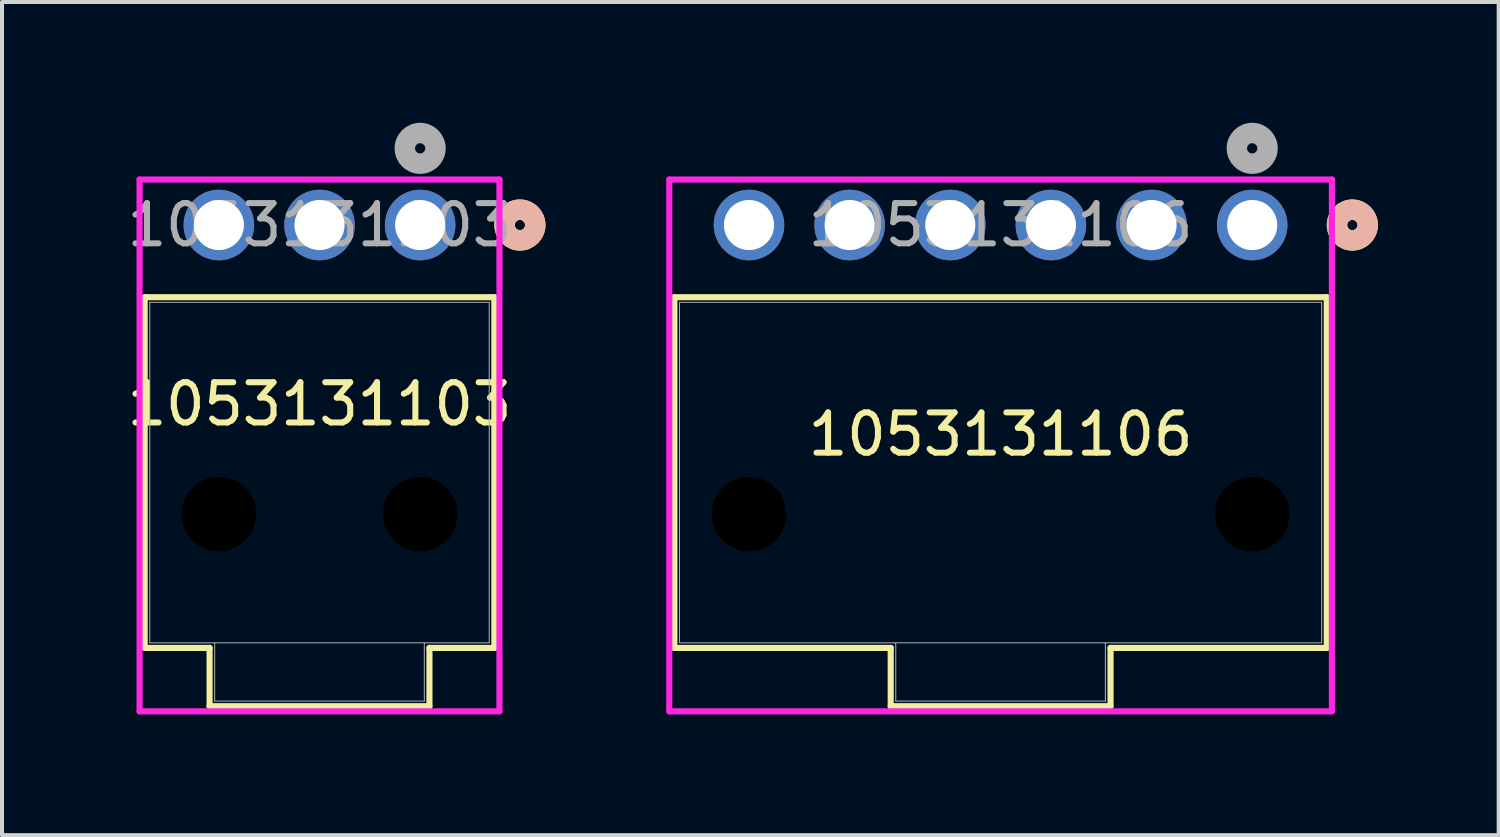
<source format=kicad_pcb>
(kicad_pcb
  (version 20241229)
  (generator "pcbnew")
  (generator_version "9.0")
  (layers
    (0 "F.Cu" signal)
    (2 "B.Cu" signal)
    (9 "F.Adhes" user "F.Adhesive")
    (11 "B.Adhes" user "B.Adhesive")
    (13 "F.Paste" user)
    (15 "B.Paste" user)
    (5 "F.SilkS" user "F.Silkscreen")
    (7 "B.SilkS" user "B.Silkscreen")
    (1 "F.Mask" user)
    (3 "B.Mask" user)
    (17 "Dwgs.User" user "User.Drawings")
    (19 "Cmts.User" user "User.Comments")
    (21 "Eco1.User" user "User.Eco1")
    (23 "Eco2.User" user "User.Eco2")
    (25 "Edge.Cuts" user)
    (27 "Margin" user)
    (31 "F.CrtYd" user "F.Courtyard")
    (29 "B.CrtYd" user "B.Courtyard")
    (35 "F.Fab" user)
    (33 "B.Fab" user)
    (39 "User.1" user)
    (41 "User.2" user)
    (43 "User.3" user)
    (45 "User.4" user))
  (footprint "1053131103"
    (layer "F.Cu")
    (at 7.387 2.54)
    (property "Reference" "1053131103" (at -2.5 4.45 0) (unlocked yes) (layer "F.SilkS") (effects (font (size 1 1) (thickness 0.15))))
    (attr through_hole)
    (fp_line (start -6.843 1.793) (end -6.843 10.505) (stroke (width 0.152) (type solid)) (layer "F.SilkS"))
    (fp_line (start -6.843 10.505) (end -5.231 10.505) (stroke (width 0.152) (type solid)) (layer "F.SilkS"))
    (fp_line (start -5.231 10.505) (end -5.231 11.953) (stroke (width 0.152) (type solid)) (layer "F.SilkS"))
    (fp_line (start -5.231 11.953) (end 0.231 11.953) (stroke (width 0.152) (type solid)) (layer "F.SilkS"))
    (fp_line (start 0.231 10.505) (end 1.843 10.505) (stroke (width 0.152) (type solid)) (layer "F.SilkS"))
    (fp_line (start 0.231 11.953) (end 0.231 10.505) (stroke (width 0.152) (type solid)) (layer "F.SilkS"))
    (fp_line (start 1.843 1.793) (end -6.843 1.793) (stroke (width 0.152) (type solid)) (layer "F.SilkS"))
    (fp_line (start 1.843 10.505) (end 1.843 1.793) (stroke (width 0.152) (type solid)) (layer "F.SilkS"))
    (fp_circle (center 2.478 0) (end 2.859 0) (stroke (width 0.508) (type solid)) (fill no) (layer "F.SilkS"))
    (fp_circle (center 2.478 0) (end 2.859 0) (stroke (width 0.508) (type solid)) (fill no) (layer "B.SilkS"))
    (fp_line (start -6.97 -1.13) (end -6.97 12.08) (stroke (width 0.152) (type solid)) (layer "F.CrtYd"))
    (fp_line (start -6.97 12.08) (end 1.97 12.08) (stroke (width 0.152) (type solid)) (layer "F.CrtYd"))
    (fp_line (start 1.97 -1.13) (end -6.97 -1.13) (stroke (width 0.152) (type solid)) (layer "F.CrtYd"))
    (fp_line (start 1.97 12.08) (end 1.97 -1.13) (stroke (width 0.152) (type solid)) (layer "F.CrtYd"))
    (fp_line (start -6.716 1.92) (end -6.716 10.378) (stroke (width 0.025) (type solid)) (layer "F.Fab"))
    (fp_line (start -6.716 10.378) (end 1.716 10.378) (stroke (width 0.025) (type solid)) (layer "F.Fab"))
    (fp_line (start -5.104 10.378) (end -5.104 11.826) (stroke (width 0.025) (type solid)) (layer "F.Fab"))
    (fp_line (start -5.104 11.826) (end 0.103 11.826) (stroke (width 0.025) (type solid)) (layer "F.Fab"))
    (fp_line (start 0.103 11.826) (end 0.103 10.378) (stroke (width 0.025) (type solid)) (layer "F.Fab"))
    (fp_line (start 1.716 1.92) (end -6.716 1.92) (stroke (width 0.025) (type solid)) (layer "F.Fab"))
    (fp_line (start 1.716 10.378) (end 1.716 1.92) (stroke (width 0.025) (type solid)) (layer "F.Fab"))
    (fp_circle (center 0 -1.905) (end 0.381 -1.905) (stroke (width 0.508) (type solid)) (fill no) (layer "F.Fab"))
    (fp_text user "${REFERENCE}" (at -2.5 0 0) (unlocked yes) (layer "F.Fab") (effects (font (size 1 1) (thickness 0.15))))
    (pad "" np_thru_hole circle (at -5 7.18) (size 1.854 1.854) (drill 1.854) (layers))
    (pad "" np_thru_hole circle (at 0 7.18) (size 1.854 1.854) (drill 1.854) (layers))
    (pad "1" thru_hole circle (at 0 0) (size 1.753 1.753) (drill 1.245) (layers "*.Cu" "*.Mask"))
    (pad "2" thru_hole circle (at -2.5 0) (size 1.753 1.753) (drill 1.245) (layers "*.Cu" "*.Mask"))
    (pad "3" thru_hole circle (at -5 0) (size 1.753 1.753) (drill 1.245) (layers "*.Cu" "*.Mask")))
  (footprint "1053131106"
    (layer "F.Cu")
    (at 28.056 2.54)
    (property "Reference" "1053131106" (at -6.25 5.2 0) (unlocked yes) (layer "F.SilkS") (effects (font (size 1 1) (thickness 0.15))))
    (attr through_hole)
    (fp_line (start -14.353 1.793) (end -14.353 10.505) (stroke (width 0.152) (type solid)) (layer "F.SilkS"))
    (fp_line (start -14.353 10.505) (end -8.98 10.505) (stroke (width 0.152) (type solid)) (layer "F.SilkS"))
    (fp_line (start -8.98 10.505) (end -8.98 11.953) (stroke (width 0.152) (type solid)) (layer "F.SilkS"))
    (fp_line (start -8.98 11.953) (end -3.519 11.953) (stroke (width 0.152) (type solid)) (layer "F.SilkS"))
    (fp_line (start -3.519 10.505) (end 1.853 10.505) (stroke (width 0.152) (type solid)) (layer "F.SilkS"))
    (fp_line (start -3.519 11.953) (end -3.519 10.505) (stroke (width 0.152) (type solid)) (layer "F.SilkS"))
    (fp_line (start 1.853 1.793) (end -14.353 1.793) (stroke (width 0.152) (type solid)) (layer "F.SilkS"))
    (fp_line (start 1.853 10.505) (end 1.853 1.793) (stroke (width 0.152) (type solid)) (layer "F.SilkS"))
    (fp_circle (center 2.488 0) (end 2.869 0) (stroke (width 0.508) (type solid)) (fill no) (layer "F.SilkS"))
    (fp_circle (center 2.488 0) (end 2.869 0) (stroke (width 0.508) (type solid)) (fill no) (layer "B.SilkS"))
    (fp_line (start -14.48 -1.13) (end -14.48 12.08) (stroke (width 0.152) (type solid)) (layer "F.CrtYd"))
    (fp_line (start -14.48 12.08) (end 1.98 12.08) (stroke (width 0.152) (type solid)) (layer "F.CrtYd"))
    (fp_line (start 1.98 -1.13) (end -14.48 -1.13) (stroke (width 0.152) (type solid)) (layer "F.CrtYd"))
    (fp_line (start 1.98 12.08) (end 1.98 -1.13) (stroke (width 0.152) (type solid)) (layer "F.CrtYd"))
    (fp_line (start -14.226 1.92) (end -14.226 10.378) (stroke (width 0.025) (type solid)) (layer "F.Fab"))
    (fp_line (start -14.226 10.378) (end 1.726 10.378) (stroke (width 0.025) (type solid)) (layer "F.Fab"))
    (fp_line (start -8.854 10.378) (end -8.854 11.826) (stroke (width 0.025) (type solid)) (layer "F.Fab"))
    (fp_line (start -8.854 11.826) (end -3.647 11.826) (stroke (width 0.025) (type solid)) (layer "F.Fab"))
    (fp_line (start -3.647 11.826) (end -3.647 10.378) (stroke (width 0.025) (type solid)) (layer "F.Fab"))
    (fp_line (start 1.726 1.92) (end -14.226 1.92) (stroke (width 0.025) (type solid)) (layer "F.Fab"))
    (fp_line (start 1.726 10.378) (end 1.726 1.92) (stroke (width 0.025) (type solid)) (layer "F.Fab"))
    (fp_circle (center 0 -1.905) (end 0.381 -1.905) (stroke (width 0.508) (type solid)) (fill no) (layer "F.Fab"))
    (fp_text user "${REFERENCE}" (at -6.25 0 0) (unlocked yes) (layer "F.Fab") (effects (font (size 1 1) (thickness 0.15))))
    (pad "" np_thru_hole circle (at -12.5 7.18) (size 1.854 1.854) (drill 1.854) (layers))
    (pad "" np_thru_hole circle (at 0 7.18) (size 1.854 1.854) (drill 1.854) (layers))
    (pad "1" thru_hole circle (at 0 0) (size 1.753 1.753) (drill 1.245) (layers "*.Cu" "*.Mask"))
    (pad "2" thru_hole circle (at -2.5 0) (size 1.753 1.753) (drill 1.245) (layers "*.Cu" "*.Mask"))
    (pad "3" thru_hole circle (at -5 0) (size 1.753 1.753) (drill 1.245) (layers "*.Cu" "*.Mask"))
    (pad "4" thru_hole circle (at -7.5 0) (size 1.753 1.753) (drill 1.245) (layers "*.Cu" "*.Mask"))
    (pad "5" thru_hole circle (at -10 0) (size 1.753 1.753) (drill 1.245) (layers "*.Cu" "*.Mask"))
    (pad "6" thru_hole circle (at -12.5 0) (size 1.753 1.753) (drill 1.245) (layers "*.Cu" "*.Mask")))
  (gr_rect
    (start -3 -3)
    (end 34.179 17.696)
    (stroke (width 0.1) (type default))
    (fill no)
    (layer "Edge.Cuts")))
</source>
